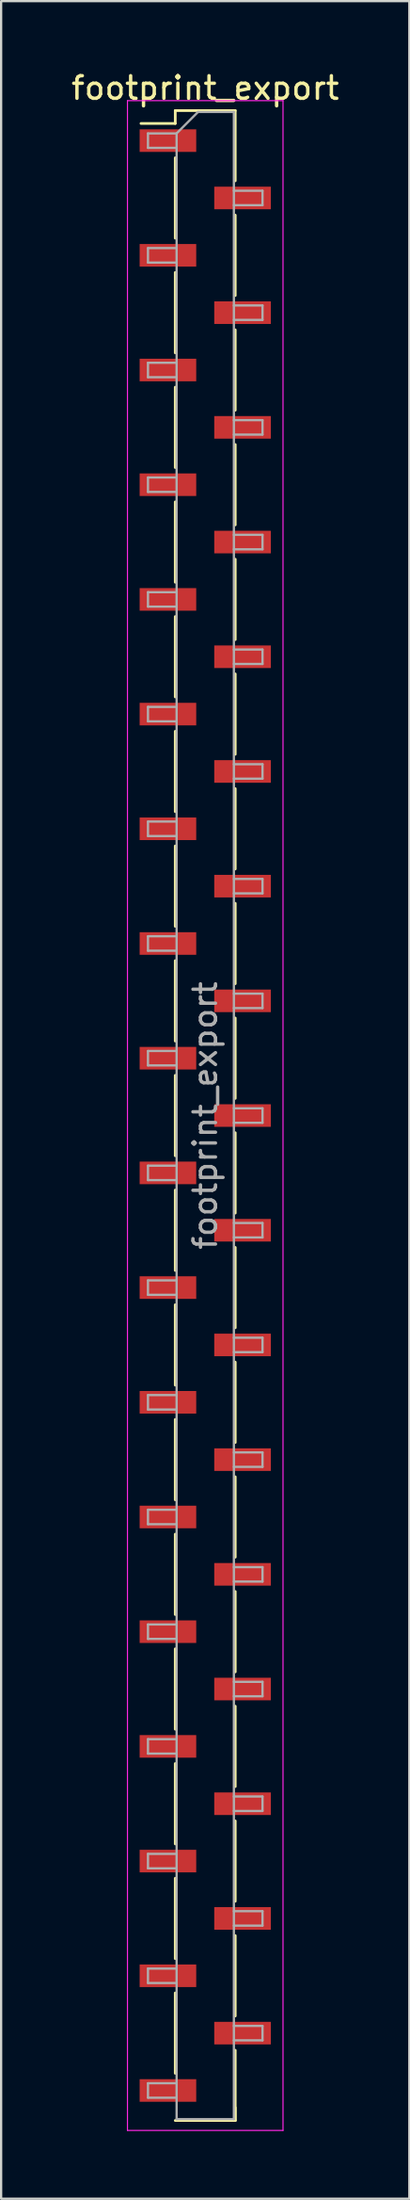
<source format=kicad_pcb>
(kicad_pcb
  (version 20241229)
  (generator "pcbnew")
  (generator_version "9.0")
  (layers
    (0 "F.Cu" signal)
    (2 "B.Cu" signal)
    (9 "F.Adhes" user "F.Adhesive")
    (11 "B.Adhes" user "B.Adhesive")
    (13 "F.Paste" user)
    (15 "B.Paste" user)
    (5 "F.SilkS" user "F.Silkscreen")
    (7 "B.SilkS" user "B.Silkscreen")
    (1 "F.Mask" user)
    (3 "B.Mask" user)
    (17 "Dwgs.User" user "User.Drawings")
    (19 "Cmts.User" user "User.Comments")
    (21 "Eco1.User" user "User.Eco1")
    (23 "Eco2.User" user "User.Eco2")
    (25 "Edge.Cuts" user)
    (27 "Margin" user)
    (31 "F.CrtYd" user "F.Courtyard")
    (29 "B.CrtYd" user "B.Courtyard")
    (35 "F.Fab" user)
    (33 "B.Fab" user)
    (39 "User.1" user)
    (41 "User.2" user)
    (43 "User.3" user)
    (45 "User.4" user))
  (footprint "footprint_export"
    (layer "F.Cu")
    (at 6.054 46.358)
    (property "Reference" "footprint_export" (at 0 -45.51 0) (layer "F.SilkS") (effects (font (size 1 1) (thickness 0.15))))
    (attr smd)
    (fp_line (start -1.33 -44.51) (end -1.33 -43.94) (stroke (width 0.12) (type solid)) (layer "F.SilkS"))
    (fp_line (start -1.33 -44.51) (end 1.33 -44.51) (stroke (width 0.12) (type solid)) (layer "F.SilkS"))
    (fp_line (start -1.33 -43.94) (end -2.85 -43.94) (stroke (width 0.12) (type solid)) (layer "F.SilkS"))
    (fp_line (start -1.33 -42.42) (end -1.33 -38.86) (stroke (width 0.12) (type solid)) (layer "F.SilkS"))
    (fp_line (start -1.33 -37.34) (end -1.33 -33.78) (stroke (width 0.12) (type solid)) (layer "F.SilkS"))
    (fp_line (start -1.33 -32.26) (end -1.33 -28.7) (stroke (width 0.12) (type solid)) (layer "F.SilkS"))
    (fp_line (start -1.33 -27.18) (end -1.33 -23.62) (stroke (width 0.12) (type solid)) (layer "F.SilkS"))
    (fp_line (start -1.33 -22.1) (end -1.33 -18.54) (stroke (width 0.12) (type solid)) (layer "F.SilkS"))
    (fp_line (start -1.33 -17.02) (end -1.33 -13.46) (stroke (width 0.12) (type solid)) (layer "F.SilkS"))
    (fp_line (start -1.33 -11.94) (end -1.33 -8.38) (stroke (width 0.12) (type solid)) (layer "F.SilkS"))
    (fp_line (start -1.33 -6.86) (end -1.33 -3.3) (stroke (width 0.12) (type solid)) (layer "F.SilkS"))
    (fp_line (start -1.33 -1.78) (end -1.33 1.78) (stroke (width 0.12) (type solid)) (layer "F.SilkS"))
    (fp_line (start -1.33 3.3) (end -1.33 6.86) (stroke (width 0.12) (type solid)) (layer "F.SilkS"))
    (fp_line (start -1.33 8.38) (end -1.33 11.94) (stroke (width 0.12) (type solid)) (layer "F.SilkS"))
    (fp_line (start -1.33 13.46) (end -1.33 17.02) (stroke (width 0.12) (type solid)) (layer "F.SilkS"))
    (fp_line (start -1.33 18.54) (end -1.33 22.1) (stroke (width 0.12) (type solid)) (layer "F.SilkS"))
    (fp_line (start -1.33 23.62) (end -1.33 27.18) (stroke (width 0.12) (type solid)) (layer "F.SilkS"))
    (fp_line (start -1.33 28.7) (end -1.33 32.26) (stroke (width 0.12) (type solid)) (layer "F.SilkS"))
    (fp_line (start -1.33 33.78) (end -1.33 37.34) (stroke (width 0.12) (type solid)) (layer "F.SilkS"))
    (fp_line (start -1.33 38.86) (end -1.33 42.42) (stroke (width 0.12) (type solid)) (layer "F.SilkS"))
    (fp_line (start -1.33 44.51) (end 1.33 44.51) (stroke (width 0.12) (type solid)) (layer "F.SilkS"))
    (fp_line (start 1.33 -44.51) (end 1.33 -41.4) (stroke (width 0.12) (type solid)) (layer "F.SilkS"))
    (fp_line (start 1.33 -39.88) (end 1.33 -36.32) (stroke (width 0.12) (type solid)) (layer "F.SilkS"))
    (fp_line (start 1.33 -34.8) (end 1.33 -31.24) (stroke (width 0.12) (type solid)) (layer "F.SilkS"))
    (fp_line (start 1.33 -29.72) (end 1.33 -26.16) (stroke (width 0.12) (type solid)) (layer "F.SilkS"))
    (fp_line (start 1.33 -24.64) (end 1.33 -21.08) (stroke (width 0.12) (type solid)) (layer "F.SilkS"))
    (fp_line (start 1.33 -19.56) (end 1.33 -16) (stroke (width 0.12) (type solid)) (layer "F.SilkS"))
    (fp_line (start 1.33 -14.48) (end 1.33 -10.92) (stroke (width 0.12) (type solid)) (layer "F.SilkS"))
    (fp_line (start 1.33 -9.4) (end 1.33 -5.84) (stroke (width 0.12) (type solid)) (layer "F.SilkS"))
    (fp_line (start 1.33 -4.32) (end 1.33 -0.76) (stroke (width 0.12) (type solid)) (layer "F.SilkS"))
    (fp_line (start 1.33 0.76) (end 1.33 4.32) (stroke (width 0.12) (type solid)) (layer "F.SilkS"))
    (fp_line (start 1.33 5.84) (end 1.33 9.4) (stroke (width 0.12) (type solid)) (layer "F.SilkS"))
    (fp_line (start 1.33 10.92) (end 1.33 14.48) (stroke (width 0.12) (type solid)) (layer "F.SilkS"))
    (fp_line (start 1.33 16) (end 1.33 19.56) (stroke (width 0.12) (type solid)) (layer "F.SilkS"))
    (fp_line (start 1.33 21.08) (end 1.33 24.64) (stroke (width 0.12) (type solid)) (layer "F.SilkS"))
    (fp_line (start 1.33 26.16) (end 1.33 29.72) (stroke (width 0.12) (type solid)) (layer "F.SilkS"))
    (fp_line (start 1.33 31.24) (end 1.33 34.8) (stroke (width 0.12) (type solid)) (layer "F.SilkS"))
    (fp_line (start 1.33 36.32) (end 1.33 39.88) (stroke (width 0.12) (type solid)) (layer "F.SilkS"))
    (fp_line (start 1.33 41.4) (end 1.33 44.51) (stroke (width 0.12) (type solid)) (layer "F.SilkS"))
    (fp_line (start 1.33 43.94) (end 1.33 44.51) (stroke (width 0.12) (type solid)) (layer "F.SilkS"))
    (fp_line (start -3.45 -44.95) (end -3.45 44.95) (stroke (width 0.05) (type solid)) (layer "F.CrtYd"))
    (fp_line (start -3.45 44.95) (end 3.45 44.95) (stroke (width 0.05) (type solid)) (layer "F.CrtYd"))
    (fp_line (start 3.45 -44.95) (end -3.45 -44.95) (stroke (width 0.05) (type solid)) (layer "F.CrtYd"))
    (fp_line (start 3.45 44.95) (end 3.45 -44.95) (stroke (width 0.05) (type solid)) (layer "F.CrtYd"))
    (fp_line (start -2.54 -43.5) (end -2.54 -42.86) (stroke (width 0.1) (type solid)) (layer "F.Fab"))
    (fp_line (start -2.54 -42.86) (end -1.27 -42.86) (stroke (width 0.1) (type solid)) (layer "F.Fab"))
    (fp_line (start -2.54 -38.42) (end -2.54 -37.78) (stroke (width 0.1) (type solid)) (layer "F.Fab"))
    (fp_line (start -2.54 -37.78) (end -1.27 -37.78) (stroke (width 0.1) (type solid)) (layer "F.Fab"))
    (fp_line (start -2.54 -33.34) (end -2.54 -32.7) (stroke (width 0.1) (type solid)) (layer "F.Fab"))
    (fp_line (start -2.54 -32.7) (end -1.27 -32.7) (stroke (width 0.1) (type solid)) (layer "F.Fab"))
    (fp_line (start -2.54 -28.26) (end -2.54 -27.62) (stroke (width 0.1) (type solid)) (layer "F.Fab"))
    (fp_line (start -2.54 -27.62) (end -1.27 -27.62) (stroke (width 0.1) (type solid)) (layer "F.Fab"))
    (fp_line (start -2.54 -23.18) (end -2.54 -22.54) (stroke (width 0.1) (type solid)) (layer "F.Fab"))
    (fp_line (start -2.54 -22.54) (end -1.27 -22.54) (stroke (width 0.1) (type solid)) (layer "F.Fab"))
    (fp_line (start -2.54 -18.1) (end -2.54 -17.46) (stroke (width 0.1) (type solid)) (layer "F.Fab"))
    (fp_line (start -2.54 -17.46) (end -1.27 -17.46) (stroke (width 0.1) (type solid)) (layer "F.Fab"))
    (fp_line (start -2.54 -13.02) (end -2.54 -12.38) (stroke (width 0.1) (type solid)) (layer "F.Fab"))
    (fp_line (start -2.54 -12.38) (end -1.27 -12.38) (stroke (width 0.1) (type solid)) (layer "F.Fab"))
    (fp_line (start -2.54 -7.94) (end -2.54 -7.3) (stroke (width 0.1) (type solid)) (layer "F.Fab"))
    (fp_line (start -2.54 -7.3) (end -1.27 -7.3) (stroke (width 0.1) (type solid)) (layer "F.Fab"))
    (fp_line (start -2.54 -2.86) (end -2.54 -2.22) (stroke (width 0.1) (type solid)) (layer "F.Fab"))
    (fp_line (start -2.54 -2.22) (end -1.27 -2.22) (stroke (width 0.1) (type solid)) (layer "F.Fab"))
    (fp_line (start -2.54 2.22) (end -2.54 2.86) (stroke (width 0.1) (type solid)) (layer "F.Fab"))
    (fp_line (start -2.54 2.86) (end -1.27 2.86) (stroke (width 0.1) (type solid)) (layer "F.Fab"))
    (fp_line (start -2.54 7.3) (end -2.54 7.94) (stroke (width 0.1) (type solid)) (layer "F.Fab"))
    (fp_line (start -2.54 7.94) (end -1.27 7.94) (stroke (width 0.1) (type solid)) (layer "F.Fab"))
    (fp_line (start -2.54 12.38) (end -2.54 13.02) (stroke (width 0.1) (type solid)) (layer "F.Fab"))
    (fp_line (start -2.54 13.02) (end -1.27 13.02) (stroke (width 0.1) (type solid)) (layer "F.Fab"))
    (fp_line (start -2.54 17.46) (end -2.54 18.1) (stroke (width 0.1) (type solid)) (layer "F.Fab"))
    (fp_line (start -2.54 18.1) (end -1.27 18.1) (stroke (width 0.1) (type solid)) (layer "F.Fab"))
    (fp_line (start -2.54 22.54) (end -2.54 23.18) (stroke (width 0.1) (type solid)) (layer "F.Fab"))
    (fp_line (start -2.54 23.18) (end -1.27 23.18) (stroke (width 0.1) (type solid)) (layer "F.Fab"))
    (fp_line (start -2.54 27.62) (end -2.54 28.26) (stroke (width 0.1) (type solid)) (layer "F.Fab"))
    (fp_line (start -2.54 28.26) (end -1.27 28.26) (stroke (width 0.1) (type solid)) (layer "F.Fab"))
    (fp_line (start -2.54 32.7) (end -2.54 33.34) (stroke (width 0.1) (type solid)) (layer "F.Fab"))
    (fp_line (start -2.54 33.34) (end -1.27 33.34) (stroke (width 0.1) (type solid)) (layer "F.Fab"))
    (fp_line (start -2.54 37.78) (end -2.54 38.42) (stroke (width 0.1) (type solid)) (layer "F.Fab"))
    (fp_line (start -2.54 38.42) (end -1.27 38.42) (stroke (width 0.1) (type solid)) (layer "F.Fab"))
    (fp_line (start -2.54 42.86) (end -2.54 43.5) (stroke (width 0.1) (type solid)) (layer "F.Fab"))
    (fp_line (start -2.54 43.5) (end -1.27 43.5) (stroke (width 0.1) (type solid)) (layer "F.Fab"))
    (fp_line (start -1.27 -43.5) (end -2.54 -43.5) (stroke (width 0.1) (type solid)) (layer "F.Fab"))
    (fp_line (start -1.27 -43.5) (end -0.32 -44.45) (stroke (width 0.1) (type solid)) (layer "F.Fab"))
    (fp_line (start -1.27 -38.42) (end -2.54 -38.42) (stroke (width 0.1) (type solid)) (layer "F.Fab"))
    (fp_line (start -1.27 -33.34) (end -2.54 -33.34) (stroke (width 0.1) (type solid)) (layer "F.Fab"))
    (fp_line (start -1.27 -28.26) (end -2.54 -28.26) (stroke (width 0.1) (type solid)) (layer "F.Fab"))
    (fp_line (start -1.27 -23.18) (end -2.54 -23.18) (stroke (width 0.1) (type solid)) (layer "F.Fab"))
    (fp_line (start -1.27 -18.1) (end -2.54 -18.1) (stroke (width 0.1) (type solid)) (layer "F.Fab"))
    (fp_line (start -1.27 -13.02) (end -2.54 -13.02) (stroke (width 0.1) (type solid)) (layer "F.Fab"))
    (fp_line (start -1.27 -7.94) (end -2.54 -7.94) (stroke (width 0.1) (type solid)) (layer "F.Fab"))
    (fp_line (start -1.27 -2.86) (end -2.54 -2.86) (stroke (width 0.1) (type solid)) (layer "F.Fab"))
    (fp_line (start -1.27 2.22) (end -2.54 2.22) (stroke (width 0.1) (type solid)) (layer "F.Fab"))
    (fp_line (start -1.27 7.3) (end -2.54 7.3) (stroke (width 0.1) (type solid)) (layer "F.Fab"))
    (fp_line (start -1.27 12.38) (end -2.54 12.38) (stroke (width 0.1) (type solid)) (layer "F.Fab"))
    (fp_line (start -1.27 17.46) (end -2.54 17.46) (stroke (width 0.1) (type solid)) (layer "F.Fab"))
    (fp_line (start -1.27 22.54) (end -2.54 22.54) (stroke (width 0.1) (type solid)) (layer "F.Fab"))
    (fp_line (start -1.27 27.62) (end -2.54 27.62) (stroke (width 0.1) (type solid)) (layer "F.Fab"))
    (fp_line (start -1.27 32.7) (end -2.54 32.7) (stroke (width 0.1) (type solid)) (layer "F.Fab"))
    (fp_line (start -1.27 37.78) (end -2.54 37.78) (stroke (width 0.1) (type solid)) (layer "F.Fab"))
    (fp_line (start -1.27 42.86) (end -2.54 42.86) (stroke (width 0.1) (type solid)) (layer "F.Fab"))
    (fp_line (start -1.27 44.45) (end -1.27 -43.5) (stroke (width 0.1) (type solid)) (layer "F.Fab"))
    (fp_line (start -0.32 -44.45) (end 1.27 -44.45) (stroke (width 0.1) (type solid)) (layer "F.Fab"))
    (fp_line (start 1.27 -44.45) (end 1.27 44.45) (stroke (width 0.1) (type solid)) (layer "F.Fab"))
    (fp_line (start 1.27 -40.96) (end 2.54 -40.96) (stroke (width 0.1) (type solid)) (layer "F.Fab"))
    (fp_line (start 1.27 -35.88) (end 2.54 -35.88) (stroke (width 0.1) (type solid)) (layer "F.Fab"))
    (fp_line (start 1.27 -30.8) (end 2.54 -30.8) (stroke (width 0.1) (type solid)) (layer "F.Fab"))
    (fp_line (start 1.27 -25.72) (end 2.54 -25.72) (stroke (width 0.1) (type solid)) (layer "F.Fab"))
    (fp_line (start 1.27 -20.64) (end 2.54 -20.64) (stroke (width 0.1) (type solid)) (layer "F.Fab"))
    (fp_line (start 1.27 -15.56) (end 2.54 -15.56) (stroke (width 0.1) (type solid)) (layer "F.Fab"))
    (fp_line (start 1.27 -10.48) (end 2.54 -10.48) (stroke (width 0.1) (type solid)) (layer "F.Fab"))
    (fp_line (start 1.27 -5.4) (end 2.54 -5.4) (stroke (width 0.1) (type solid)) (layer "F.Fab"))
    (fp_line (start 1.27 -0.32) (end 2.54 -0.32) (stroke (width 0.1) (type solid)) (layer "F.Fab"))
    (fp_line (start 1.27 4.76) (end 2.54 4.76) (stroke (width 0.1) (type solid)) (layer "F.Fab"))
    (fp_line (start 1.27 9.84) (end 2.54 9.84) (stroke (width 0.1) (type solid)) (layer "F.Fab"))
    (fp_line (start 1.27 14.92) (end 2.54 14.92) (stroke (width 0.1) (type solid)) (layer "F.Fab"))
    (fp_line (start 1.27 20) (end 2.54 20) (stroke (width 0.1) (type solid)) (layer "F.Fab"))
    (fp_line (start 1.27 25.08) (end 2.54 25.08) (stroke (width 0.1) (type solid)) (layer "F.Fab"))
    (fp_line (start 1.27 30.16) (end 2.54 30.16) (stroke (width 0.1) (type solid)) (layer "F.Fab"))
    (fp_line (start 1.27 35.24) (end 2.54 35.24) (stroke (width 0.1) (type solid)) (layer "F.Fab"))
    (fp_line (start 1.27 40.32) (end 2.54 40.32) (stroke (width 0.1) (type solid)) (layer "F.Fab"))
    (fp_line (start 1.27 44.45) (end -1.27 44.45) (stroke (width 0.1) (type solid)) (layer "F.Fab"))
    (fp_line (start 2.54 -40.96) (end 2.54 -40.32) (stroke (width 0.1) (type solid)) (layer "F.Fab"))
    (fp_line (start 2.54 -40.32) (end 1.27 -40.32) (stroke (width 0.1) (type solid)) (layer "F.Fab"))
    (fp_line (start 2.54 -35.88) (end 2.54 -35.24) (stroke (width 0.1) (type solid)) (layer "F.Fab"))
    (fp_line (start 2.54 -35.24) (end 1.27 -35.24) (stroke (width 0.1) (type solid)) (layer "F.Fab"))
    (fp_line (start 2.54 -30.8) (end 2.54 -30.16) (stroke (width 0.1) (type solid)) (layer "F.Fab"))
    (fp_line (start 2.54 -30.16) (end 1.27 -30.16) (stroke (width 0.1) (type solid)) (layer "F.Fab"))
    (fp_line (start 2.54 -25.72) (end 2.54 -25.08) (stroke (width 0.1) (type solid)) (layer "F.Fab"))
    (fp_line (start 2.54 -25.08) (end 1.27 -25.08) (stroke (width 0.1) (type solid)) (layer "F.Fab"))
    (fp_line (start 2.54 -20.64) (end 2.54 -20) (stroke (width 0.1) (type solid)) (layer "F.Fab"))
    (fp_line (start 2.54 -20) (end 1.27 -20) (stroke (width 0.1) (type solid)) (layer "F.Fab"))
    (fp_line (start 2.54 -15.56) (end 2.54 -14.92) (stroke (width 0.1) (type solid)) (layer "F.Fab"))
    (fp_line (start 2.54 -14.92) (end 1.27 -14.92) (stroke (width 0.1) (type solid)) (layer "F.Fab"))
    (fp_line (start 2.54 -10.48) (end 2.54 -9.84) (stroke (width 0.1) (type solid)) (layer "F.Fab"))
    (fp_line (start 2.54 -9.84) (end 1.27 -9.84) (stroke (width 0.1) (type solid)) (layer "F.Fab"))
    (fp_line (start 2.54 -5.4) (end 2.54 -4.76) (stroke (width 0.1) (type solid)) (layer "F.Fab"))
    (fp_line (start 2.54 -4.76) (end 1.27 -4.76) (stroke (width 0.1) (type solid)) (layer "F.Fab"))
    (fp_line (start 2.54 -0.32) (end 2.54 0.32) (stroke (width 0.1) (type solid)) (layer "F.Fab"))
    (fp_line (start 2.54 0.32) (end 1.27 0.32) (stroke (width 0.1) (type solid)) (layer "F.Fab"))
    (fp_line (start 2.54 4.76) (end 2.54 5.4) (stroke (width 0.1) (type solid)) (layer "F.Fab"))
    (fp_line (start 2.54 5.4) (end 1.27 5.4) (stroke (width 0.1) (type solid)) (layer "F.Fab"))
    (fp_line (start 2.54 9.84) (end 2.54 10.48) (stroke (width 0.1) (type solid)) (layer "F.Fab"))
    (fp_line (start 2.54 10.48) (end 1.27 10.48) (stroke (width 0.1) (type solid)) (layer "F.Fab"))
    (fp_line (start 2.54 14.92) (end 2.54 15.56) (stroke (width 0.1) (type solid)) (layer "F.Fab"))
    (fp_line (start 2.54 15.56) (end 1.27 15.56) (stroke (width 0.1) (type solid)) (layer "F.Fab"))
    (fp_line (start 2.54 20) (end 2.54 20.64) (stroke (width 0.1) (type solid)) (layer "F.Fab"))
    (fp_line (start 2.54 20.64) (end 1.27 20.64) (stroke (width 0.1) (type solid)) (layer "F.Fab"))
    (fp_line (start 2.54 25.08) (end 2.54 25.72) (stroke (width 0.1) (type solid)) (layer "F.Fab"))
    (fp_line (start 2.54 25.72) (end 1.27 25.72) (stroke (width 0.1) (type solid)) (layer "F.Fab"))
    (fp_line (start 2.54 30.16) (end 2.54 30.8) (stroke (width 0.1) (type solid)) (layer "F.Fab"))
    (fp_line (start 2.54 30.8) (end 1.27 30.8) (stroke (width 0.1) (type solid)) (layer "F.Fab"))
    (fp_line (start 2.54 35.24) (end 2.54 35.88) (stroke (width 0.1) (type solid)) (layer "F.Fab"))
    (fp_line (start 2.54 35.88) (end 1.27 35.88) (stroke (width 0.1) (type solid)) (layer "F.Fab"))
    (fp_line (start 2.54 40.32) (end 2.54 40.96) (stroke (width 0.1) (type solid)) (layer "F.Fab"))
    (fp_line (start 2.54 40.96) (end 1.27 40.96) (stroke (width 0.1) (type solid)) (layer "F.Fab"))
    (fp_text user "${REFERENCE}" (at 0 0 90) (layer "F.Fab") (effects (font (size 1 1) (thickness 0.15))))
    (pad "1" smd rect (at -1.655 -43.18) (size 2.51 1) (layers "F.Cu" "F.Mask" "F.Paste"))
    (pad "2" smd rect (at 1.655 -40.64) (size 2.51 1) (layers "F.Cu" "F.Mask" "F.Paste"))
    (pad "3" smd rect (at -1.655 -38.1) (size 2.51 1) (layers "F.Cu" "F.Mask" "F.Paste"))
    (pad "4" smd rect (at 1.655 -35.56) (size 2.51 1) (layers "F.Cu" "F.Mask" "F.Paste"))
    (pad "5" smd rect (at -1.655 -33.02) (size 2.51 1) (layers "F.Cu" "F.Mask" "F.Paste"))
    (pad "6" smd rect (at 1.655 -30.48) (size 2.51 1) (layers "F.Cu" "F.Mask" "F.Paste"))
    (pad "7" smd rect (at -1.655 -27.94) (size 2.51 1) (layers "F.Cu" "F.Mask" "F.Paste"))
    (pad "8" smd rect (at 1.655 -25.4) (size 2.51 1) (layers "F.Cu" "F.Mask" "F.Paste"))
    (pad "9" smd rect (at -1.655 -22.86) (size 2.51 1) (layers "F.Cu" "F.Mask" "F.Paste"))
    (pad "10" smd rect (at 1.655 -20.32) (size 2.51 1) (layers "F.Cu" "F.Mask" "F.Paste"))
    (pad "11" smd rect (at -1.655 -17.78) (size 2.51 1) (layers "F.Cu" "F.Mask" "F.Paste"))
    (pad "12" smd rect (at 1.655 -15.24) (size 2.51 1) (layers "F.Cu" "F.Mask" "F.Paste"))
    (pad "13" smd rect (at -1.655 -12.7) (size 2.51 1) (layers "F.Cu" "F.Mask" "F.Paste"))
    (pad "14" smd rect (at 1.655 -10.16) (size 2.51 1) (layers "F.Cu" "F.Mask" "F.Paste"))
    (pad "15" smd rect (at -1.655 -7.62) (size 2.51 1) (layers "F.Cu" "F.Mask" "F.Paste"))
    (pad "16" smd rect (at 1.655 -5.08) (size 2.51 1) (layers "F.Cu" "F.Mask" "F.Paste"))
    (pad "17" smd rect (at -1.655 -2.54) (size 2.51 1) (layers "F.Cu" "F.Mask" "F.Paste"))
    (pad "18" smd rect (at 1.655 0) (size 2.51 1) (layers "F.Cu" "F.Mask" "F.Paste"))
    (pad "19" smd rect (at -1.655 2.54) (size 2.51 1) (layers "F.Cu" "F.Mask" "F.Paste"))
    (pad "20" smd rect (at 1.655 5.08) (size 2.51 1) (layers "F.Cu" "F.Mask" "F.Paste"))
    (pad "21" smd rect (at -1.655 7.62) (size 2.51 1) (layers "F.Cu" "F.Mask" "F.Paste"))
    (pad "22" smd rect (at 1.655 10.16) (size 2.51 1) (layers "F.Cu" "F.Mask" "F.Paste"))
    (pad "23" smd rect (at -1.655 12.7) (size 2.51 1) (layers "F.Cu" "F.Mask" "F.Paste"))
    (pad "24" smd rect (at 1.655 15.24) (size 2.51 1) (layers "F.Cu" "F.Mask" "F.Paste"))
    (pad "25" smd rect (at -1.655 17.78) (size 2.51 1) (layers "F.Cu" "F.Mask" "F.Paste"))
    (pad "26" smd rect (at 1.655 20.32) (size 2.51 1) (layers "F.Cu" "F.Mask" "F.Paste"))
    (pad "27" smd rect (at -1.655 22.86) (size 2.51 1) (layers "F.Cu" "F.Mask" "F.Paste"))
    (pad "28" smd rect (at 1.655 25.4) (size 2.51 1) (layers "F.Cu" "F.Mask" "F.Paste"))
    (pad "29" smd rect (at -1.655 27.94) (size 2.51 1) (layers "F.Cu" "F.Mask" "F.Paste"))
    (pad "30" smd rect (at 1.655 30.48) (size 2.51 1) (layers "F.Cu" "F.Mask" "F.Paste"))
    (pad "31" smd rect (at -1.655 33.02) (size 2.51 1) (layers "F.Cu" "F.Mask" "F.Paste"))
    (pad "32" smd rect (at 1.655 35.56) (size 2.51 1) (layers "F.Cu" "F.Mask" "F.Paste"))
    (pad "33" smd rect (at -1.655 38.1) (size 2.51 1) (layers "F.Cu" "F.Mask" "F.Paste"))
    (pad "34" smd rect (at 1.655 40.64) (size 2.51 1) (layers "F.Cu" "F.Mask" "F.Paste"))
    (pad "35" smd rect (at -1.655 43.18) (size 2.51 1) (layers "F.Cu" "F.Mask" "F.Paste")))
  (gr_rect
    (start -3 -3)
    (end 15.107 94.333)
    (stroke (width 0.1) (type default))
    (fill no)
    (layer "Edge.Cuts")))
</source>
